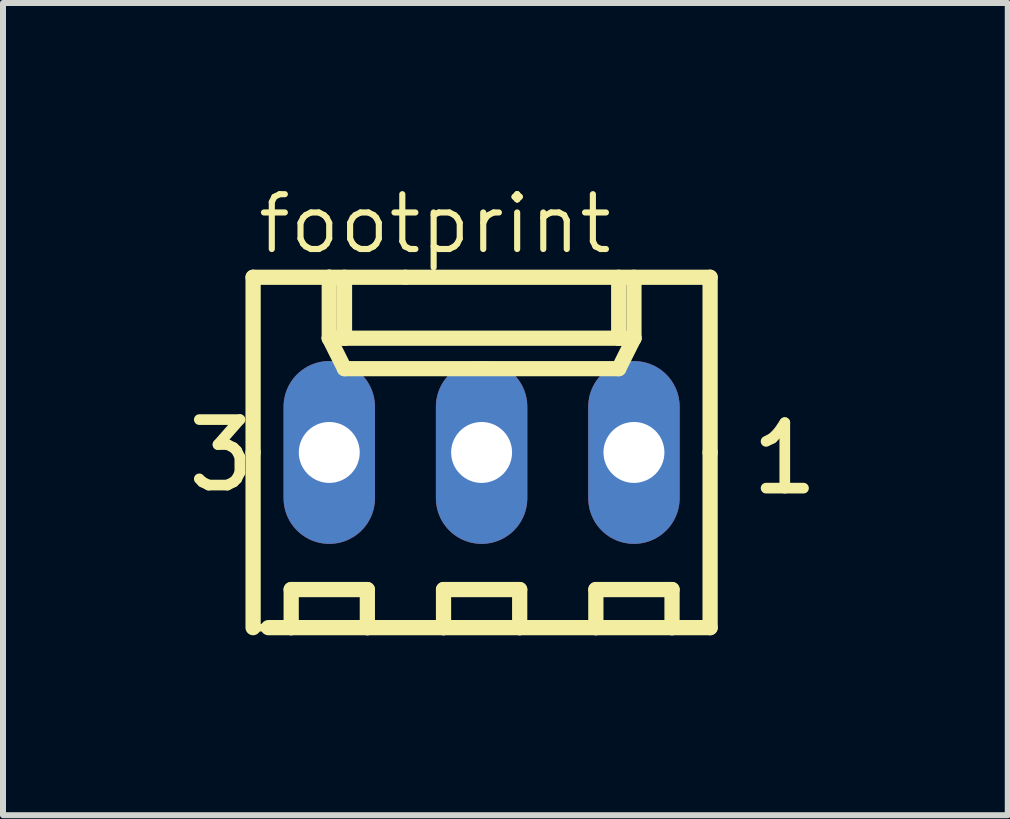
<source format=kicad_pcb>
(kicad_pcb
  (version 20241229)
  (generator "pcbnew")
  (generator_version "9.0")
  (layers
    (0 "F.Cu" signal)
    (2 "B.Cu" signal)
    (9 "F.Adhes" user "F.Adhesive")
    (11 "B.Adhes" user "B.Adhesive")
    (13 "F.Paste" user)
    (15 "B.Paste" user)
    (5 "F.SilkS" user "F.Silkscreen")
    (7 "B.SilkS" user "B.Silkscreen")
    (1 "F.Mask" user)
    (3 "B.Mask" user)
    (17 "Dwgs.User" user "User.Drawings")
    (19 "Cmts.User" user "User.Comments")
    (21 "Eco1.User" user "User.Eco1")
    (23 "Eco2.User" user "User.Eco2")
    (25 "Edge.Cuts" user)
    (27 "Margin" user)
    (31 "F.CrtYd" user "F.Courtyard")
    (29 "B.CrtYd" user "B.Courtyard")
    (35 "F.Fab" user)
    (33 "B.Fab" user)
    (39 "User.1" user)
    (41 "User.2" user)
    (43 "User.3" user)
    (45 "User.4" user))
  (footprint "footprint"
    (layer "F.Cu")
    (at 4.98 4.494)
    (property "Reference" "footprint" (at -3.783 -3.275 0) (layer "F.SilkS") (effects (font (size 0.914 0.914) (thickness 0.102)) (justify left bottom)))
    (fp_line (start -3.81 -2.921) (end -2.54 -2.921) (stroke (width 0.254) (type solid)) (layer "F.SilkS"))
    (fp_line (start -3.81 0) (end -3.81 -2.921) (stroke (width 0.254) (type solid)) (layer "F.SilkS"))
    (fp_line (start -3.81 0) (end -3.81 2.921) (stroke (width 0.254) (type solid)) (layer "F.SilkS"))
    (fp_line (start -3.81 2.921) (end -1.27 2.921) (stroke (width 0.127) (type solid)) (layer "F.SilkS"))
    (fp_line (start -3.556 2.921) (end -3.175 2.921) (stroke (width 0.254) (type solid)) (layer "F.SilkS"))
    (fp_line (start -3.175 2.286) (end -1.905 2.286) (stroke (width 0.254) (type solid)) (layer "F.SilkS"))
    (fp_line (start -3.175 2.921) (end -3.175 2.286) (stroke (width 0.254) (type solid)) (layer "F.SilkS"))
    (fp_line (start -2.54 -2.921) (end -1.27 -2.921) (stroke (width 0.254) (type solid)) (layer "F.SilkS"))
    (fp_line (start -2.54 -2.54) (end -2.54 -2.921) (stroke (width 0.127) (type solid)) (layer "F.SilkS"))
    (fp_line (start -2.54 -1.905) (end -2.54 -2.921) (stroke (width 0.254) (type solid)) (layer "F.SilkS"))
    (fp_line (start -2.54 -1.905) (end -2.286 -1.905) (stroke (width 0.254) (type solid)) (layer "F.SilkS"))
    (fp_line (start -2.54 -1.905) (end -2.286 -1.397) (stroke (width 0.254) (type solid)) (layer "F.SilkS"))
    (fp_line (start -2.286 -2.921) (end -2.54 -2.921) (stroke (width 0.127) (type solid)) (layer "F.SilkS"))
    (fp_line (start -2.286 -2.921) (end -2.286 -1.905) (stroke (width 0.254) (type solid)) (layer "F.SilkS"))
    (fp_line (start -2.286 -1.905) (end 2.286 -1.905) (stroke (width 0.254) (type solid)) (layer "F.SilkS"))
    (fp_line (start -2.286 -1.397) (end 2.286 -1.397) (stroke (width 0.254) (type solid)) (layer "F.SilkS"))
    (fp_line (start -1.905 2.286) (end -1.905 2.921) (stroke (width 0.254) (type solid)) (layer "F.SilkS"))
    (fp_line (start -1.905 2.921) (end -3.175 2.921) (stroke (width 0.254) (type solid)) (layer "F.SilkS"))
    (fp_line (start -1.905 2.921) (end -0.635 2.921) (stroke (width 0.254) (type solid)) (layer "F.SilkS"))
    (fp_line (start -0.635 2.286) (end 0.635 2.286) (stroke (width 0.254) (type solid)) (layer "F.SilkS"))
    (fp_line (start -0.635 2.921) (end -1.27 2.921) (stroke (width 0.127) (type solid)) (layer "F.SilkS"))
    (fp_line (start -0.635 2.921) (end -0.635 2.286) (stroke (width 0.254) (type solid)) (layer "F.SilkS"))
    (fp_line (start 0.635 2.286) (end 0.635 2.921) (stroke (width 0.254) (type solid)) (layer "F.SilkS"))
    (fp_line (start 0.635 2.921) (end -0.635 2.921) (stroke (width 0.254) (type solid)) (layer "F.SilkS"))
    (fp_line (start 0.635 2.921) (end 1.905 2.921) (stroke (width 0.254) (type solid)) (layer "F.SilkS"))
    (fp_line (start 1.905 2.286) (end 3.175 2.286) (stroke (width 0.254) (type solid)) (layer "F.SilkS"))
    (fp_line (start 1.905 2.921) (end 1.905 2.286) (stroke (width 0.254) (type solid)) (layer "F.SilkS"))
    (fp_line (start 2.286 -2.921) (end 2.286 -1.905) (stroke (width 0.254) (type solid)) (layer "F.SilkS"))
    (fp_line (start 2.286 -1.905) (end 2.54 -1.905) (stroke (width 0.254) (type solid)) (layer "F.SilkS"))
    (fp_line (start 2.286 -1.397) (end 2.54 -1.905) (stroke (width 0.254) (type solid)) (layer "F.SilkS"))
    (fp_line (start 2.54 -1.905) (end 2.54 -2.921) (stroke (width 0.254) (type solid)) (layer "F.SilkS"))
    (fp_line (start 3.175 2.286) (end 3.175 2.921) (stroke (width 0.254) (type solid)) (layer "F.SilkS"))
    (fp_line (start 3.175 2.921) (end 1.905 2.921) (stroke (width 0.254) (type solid)) (layer "F.SilkS"))
    (fp_line (start 3.175 2.921) (end 3.81 2.921) (stroke (width 0.254) (type solid)) (layer "F.SilkS"))
    (fp_line (start 3.81 -2.921) (end -1.27 -2.921) (stroke (width 0.254) (type solid)) (layer "F.SilkS"))
    (fp_line (start 3.81 0) (end 3.81 -2.921) (stroke (width 0.254) (type solid)) (layer "F.SilkS"))
    (fp_line (start 3.81 0) (end 3.81 2.921) (stroke (width 0.254) (type solid)) (layer "F.SilkS"))
    (fp_poly (pts (xy -2.794 0.254) (xy -2.286 0.254) (xy -2.286 -0.254) (xy -2.794 -0.254)) (stroke (width 0.1) (type solid)) (fill no) (layer "F.Fab"))
    (fp_poly (pts (xy -0.254 0.254) (xy 0.254 0.254) (xy 0.254 -0.254) (xy -0.254 -0.254)) (stroke (width 0.1) (type solid)) (fill no) (layer "F.Fab"))
    (fp_poly (pts (xy 2.286 0.254) (xy 2.794 0.254) (xy 2.794 -0.254) (xy 2.286 -0.254)) (stroke (width 0.1) (type solid)) (fill no) (layer "F.Fab"))
    (fp_text user "3" (at -4.98 0.687 0) (layer "F.SilkS") (effects (font (size 1.092 1.092) (thickness 0.178)) (justify left bottom)))
    (fp_text user "1" (at 4.418 0.738 0) (layer "F.SilkS") (effects (font (size 1.092 1.092) (thickness 0.178)) (justify left bottom)))
    (pad "1" thru_hole oval (at 2.54 0 90) (size 3.048 1.524) (drill 1.016) (layers "*.Cu" "*.Mask"))
    (pad "2" thru_hole oval (at 0 0 90) (size 3.048 1.524) (drill 1.016) (layers "*.Cu" "*.Mask"))
    (pad "3" thru_hole oval (at -2.54 0 90) (size 3.048 1.524) (drill 1.016) (layers "*.Cu" "*.Mask")))
  (gr_rect
    (start -3 -3)
    (end 13.753 10.542)
    (stroke (width 0.1) (type default))
    (fill no)
    (layer "Edge.Cuts")))
</source>
